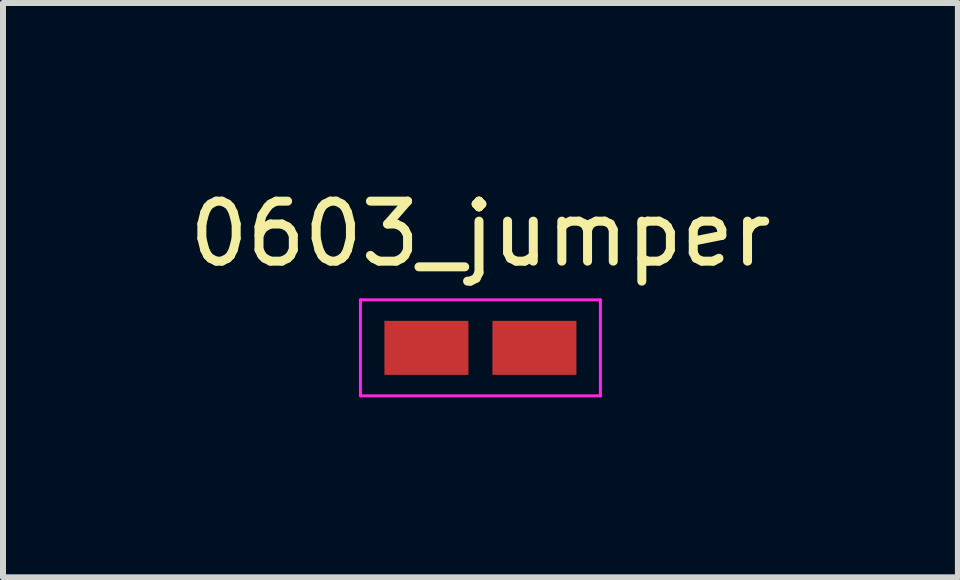
<source format=kicad_pcb>
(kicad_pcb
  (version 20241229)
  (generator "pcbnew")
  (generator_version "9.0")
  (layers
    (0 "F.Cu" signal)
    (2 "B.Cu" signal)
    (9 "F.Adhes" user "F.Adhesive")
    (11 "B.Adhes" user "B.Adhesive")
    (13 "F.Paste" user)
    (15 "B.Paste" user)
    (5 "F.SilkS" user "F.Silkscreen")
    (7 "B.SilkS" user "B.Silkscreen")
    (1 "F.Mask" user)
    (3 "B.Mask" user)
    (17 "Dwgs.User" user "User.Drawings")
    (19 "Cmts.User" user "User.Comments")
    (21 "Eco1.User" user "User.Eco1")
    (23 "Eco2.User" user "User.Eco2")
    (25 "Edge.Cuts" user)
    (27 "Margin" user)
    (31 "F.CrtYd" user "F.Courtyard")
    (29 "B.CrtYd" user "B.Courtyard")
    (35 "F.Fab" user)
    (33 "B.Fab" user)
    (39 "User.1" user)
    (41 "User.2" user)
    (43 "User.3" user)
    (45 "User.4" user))
  (footprint "0603_jumper"
    (layer "F.Cu")
    (at 4.958 2.748)
    (property "Reference" "0603_jumper" (at 0 -1.9 0) (layer "F.SilkS") (effects (font (size 1 1) (thickness 0.15))))
    (attr smd)
    (fp_line (start -2 -0.8) (end -2 0.8) (stroke (width 0.05) (type solid)) (layer "F.CrtYd"))
    (fp_line (start -2 -0.8) (end 2 -0.8) (stroke (width 0.05) (type solid)) (layer "F.CrtYd"))
    (fp_line (start -2 0.8) (end 2 0.8) (stroke (width 0.05) (type solid)) (layer "F.CrtYd"))
    (fp_line (start 2 -0.8) (end 2 0.8) (stroke (width 0.05) (type solid)) (layer "F.CrtYd"))
    (pad "1" smd rect (at -0.9 0) (size 1.4 0.9) (layers "F.Cu" "F.Mask" "F.Paste"))
    (pad "2" smd rect (at 0.9 0) (size 1.4 0.9) (layers "F.Cu" "F.Mask" "F.Paste")))
  (gr_rect
    (start -3 -3)
    (end 12.917 6.573)
    (stroke (width 0.1) (type default))
    (fill no)
    (layer "Edge.Cuts")))
</source>
